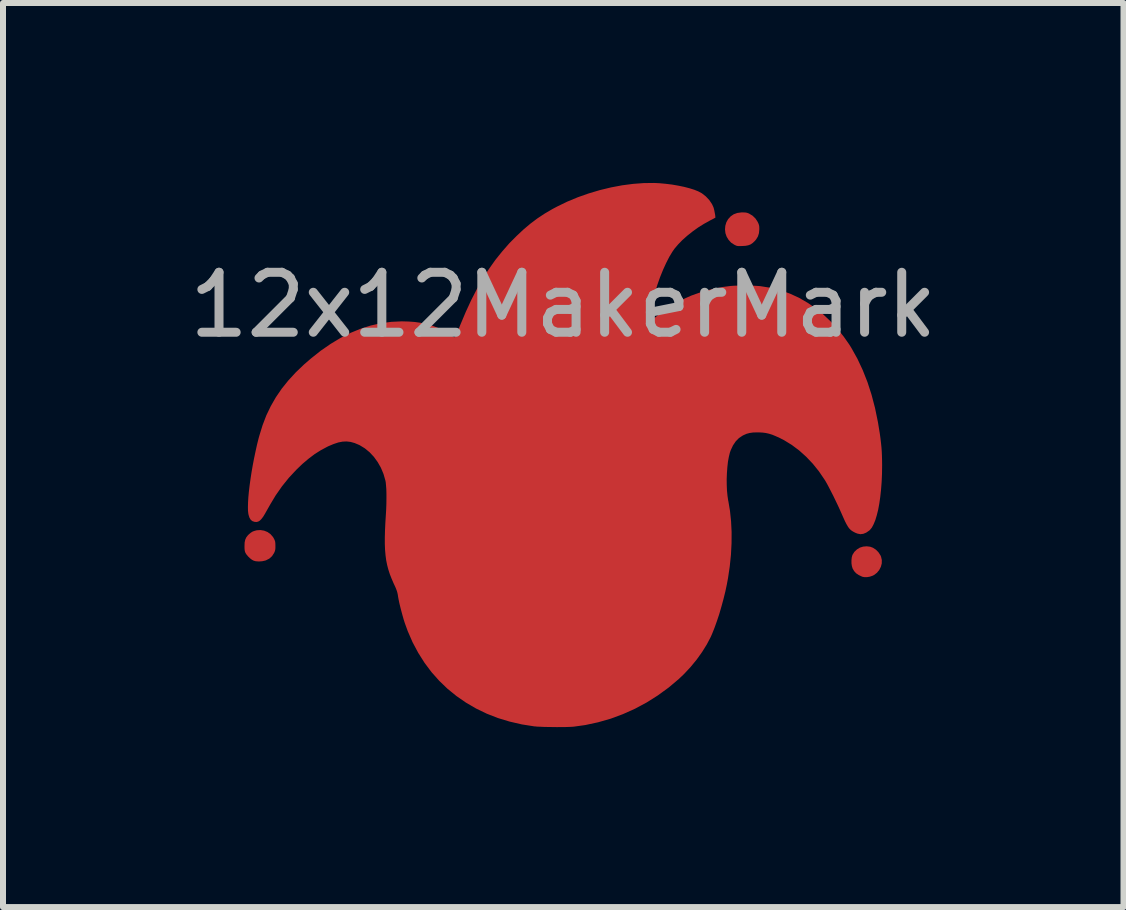
<source format=kicad_pcb>
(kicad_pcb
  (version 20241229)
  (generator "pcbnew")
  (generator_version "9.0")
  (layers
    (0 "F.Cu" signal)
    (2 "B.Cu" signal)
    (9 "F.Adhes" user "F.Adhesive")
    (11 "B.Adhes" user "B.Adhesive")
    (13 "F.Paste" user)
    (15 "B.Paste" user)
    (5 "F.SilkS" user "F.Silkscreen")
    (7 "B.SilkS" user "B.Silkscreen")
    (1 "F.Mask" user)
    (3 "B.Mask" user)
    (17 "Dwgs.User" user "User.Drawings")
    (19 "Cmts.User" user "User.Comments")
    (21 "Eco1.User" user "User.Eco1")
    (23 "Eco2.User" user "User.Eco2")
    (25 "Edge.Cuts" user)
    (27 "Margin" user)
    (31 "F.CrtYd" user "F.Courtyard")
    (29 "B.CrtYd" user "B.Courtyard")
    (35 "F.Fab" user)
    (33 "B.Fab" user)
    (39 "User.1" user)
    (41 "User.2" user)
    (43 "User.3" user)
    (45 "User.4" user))
  (footprint "12x12MakerMark"
    (layer "F.Cu")
    (at 6.339 4.534)
    (property "Reference" "12x12MakerMark" (at 0 -2.5 0) (unlocked yes) (layer "F.Fab") (effects (font (size 1 1) (thickness 0.15))))
    (attr through_hole)
    (fp_poly (pts (xy 5.117 1.53) (xy 5.163 1.547) (xy 5.212 1.579) (xy 5.254 1.621) (xy 5.287 1.671) (xy 5.298 1.695) (xy 5.311 1.751) (xy 5.31 1.809) (xy 5.295 1.865) (xy 5.268 1.918) (xy 5.23 1.964) (xy 5.182 2.001) (xy 5.156 2.014) (xy 5.112 2.029) (xy 5.065 2.037) (xy 5.021 2.037) (xy 4.985 2.03) (xy 4.928 2.003) (xy 4.883 1.973) (xy 4.85 1.937) (xy 4.824 1.893) (xy 4.824 1.893) (xy 4.812 1.853) (xy 4.805 1.806) (xy 4.805 1.755) (xy 4.81 1.707) (xy 4.821 1.667) (xy 4.823 1.664) (xy 4.853 1.616) (xy 4.896 1.575) (xy 4.945 1.545) (xy 5 1.528) (xy 5.059 1.523)) (stroke (width 0) (type solid)) (fill yes) (layer "F.Cu"))
    (fp_poly (pts (xy 3.033 -4.042) (xy 3.063 -4.037) (xy 3.093 -4.026) (xy 3.099 -4.023) (xy 3.157 -3.988) (xy 3.206 -3.94) (xy 3.243 -3.883) (xy 3.243 -3.882) (xy 3.256 -3.854) (xy 3.264 -3.83) (xy 3.268 -3.805) (xy 3.269 -3.772) (xy 3.269 -3.761) (xy 3.263 -3.698) (xy 3.246 -3.643) (xy 3.216 -3.593) (xy 3.192 -3.565) (xy 3.158 -3.533) (xy 3.124 -3.51) (xy 3.085 -3.495) (xy 3.038 -3.486) (xy 2.989 -3.483) (xy 2.95 -3.482) (xy 2.922 -3.482) (xy 2.902 -3.484) (xy 2.884 -3.489) (xy 2.865 -3.498) (xy 2.851 -3.505) (xy 2.798 -3.54) (xy 2.756 -3.586) (xy 2.724 -3.639) (xy 2.704 -3.697) (xy 2.697 -3.759) (xy 2.702 -3.82) (xy 2.72 -3.88) (xy 2.749 -3.931) (xy 2.792 -3.978) (xy 2.842 -4.012) (xy 2.902 -4.034) (xy 2.971 -4.043) (xy 2.994 -4.043)) (stroke (width 0) (type solid)) (fill yes) (layer "F.Cu"))
    (fp_poly (pts (xy -4.986 1.262) (xy -4.929 1.285) (xy -4.879 1.321) (xy -4.838 1.368) (xy -4.82 1.399) (xy -4.809 1.424) (xy -4.802 1.447) (xy -4.799 1.473) (xy -4.798 1.508) (xy -4.798 1.516) (xy -4.798 1.554) (xy -4.801 1.581) (xy -4.807 1.604) (xy -4.817 1.628) (xy -4.82 1.634) (xy -4.854 1.687) (xy -4.899 1.728) (xy -4.954 1.756) (xy -4.968 1.761) (xy -5.019 1.772) (xy -5.074 1.776) (xy -5.125 1.772) (xy -5.159 1.763) (xy -5.188 1.748) (xy -5.221 1.723) (xy -5.253 1.692) (xy -5.28 1.66) (xy -5.298 1.631) (xy -5.306 1.609) (xy -5.311 1.583) (xy -5.313 1.549) (xy -5.313 1.516) (xy -5.311 1.459) (xy -5.301 1.413) (xy -5.284 1.375) (xy -5.258 1.341) (xy -5.24 1.323) (xy -5.206 1.295) (xy -5.175 1.276) (xy -5.14 1.264) (xy -5.109 1.256) (xy -5.047 1.252)) (stroke (width 0) (type solid)) (fill yes) (layer "F.Cu"))
    (fp_poly (pts (xy 1.601 -4.53) (xy 1.709 -4.52) (xy 1.815 -4.507) (xy 1.918 -4.489) (xy 2.015 -4.469) (xy 2.104 -4.446) (xy 2.184 -4.421) (xy 2.251 -4.394) (xy 2.305 -4.365) (xy 2.311 -4.362) (xy 2.376 -4.311) (xy 2.434 -4.25) (xy 2.48 -4.182) (xy 2.504 -4.13) (xy 2.511 -4.107) (xy 2.519 -4.074) (xy 2.526 -4.036) (xy 2.533 -3.999) (xy 2.536 -3.968) (xy 2.537 -3.956) (xy 2.53 -3.952) (xy 2.512 -3.942) (xy 2.484 -3.927) (xy 2.45 -3.91) (xy 2.441 -3.905) (xy 2.344 -3.851) (xy 2.248 -3.791) (xy 2.155 -3.724) (xy 2.067 -3.654) (xy 1.986 -3.582) (xy 1.915 -3.509) (xy 1.855 -3.438) (xy 1.822 -3.391) (xy 1.768 -3.302) (xy 1.716 -3.2) (xy 1.664 -3.086) (xy 1.615 -2.965) (xy 1.57 -2.838) (xy 1.529 -2.708) (xy 1.497 -2.588) (xy 1.485 -2.536) (xy 1.473 -2.479) (xy 1.462 -2.421) (xy 1.453 -2.367) (xy 1.446 -2.318) (xy 1.441 -2.279) (xy 1.44 -2.258) (xy 1.441 -2.237) (xy 1.444 -2.229) (xy 1.452 -2.231) (xy 1.458 -2.234) (xy 1.472 -2.243) (xy 1.494 -2.26) (xy 1.521 -2.282) (xy 1.536 -2.295) (xy 1.671 -2.402) (xy 1.817 -2.499) (xy 1.972 -2.584) (xy 2.136 -2.657) (xy 2.308 -2.718) (xy 2.485 -2.766) (xy 2.666 -2.801) (xy 2.792 -2.817) (xy 2.848 -2.821) (xy 2.916 -2.823) (xy 2.99 -2.825) (xy 3.068 -2.824) (xy 3.143 -2.823) (xy 3.213 -2.819) (xy 3.273 -2.815) (xy 3.29 -2.813) (xy 3.46 -2.786) (xy 3.623 -2.745) (xy 3.78 -2.689) (xy 3.932 -2.619) (xy 4.079 -2.534) (xy 4.208 -2.445) (xy 4.332 -2.345) (xy 4.453 -2.231) (xy 4.568 -2.107) (xy 4.674 -1.975) (xy 4.769 -1.84) (xy 4.803 -1.785) (xy 4.904 -1.604) (xy 4.993 -1.414) (xy 5.072 -1.214) (xy 5.14 -1.003) (xy 5.198 -0.782) (xy 5.246 -0.548) (xy 5.277 -0.36) (xy 5.289 -0.272) (xy 5.298 -0.195) (xy 5.305 -0.126) (xy 5.31 -0.059) (xy 5.313 0.009) (xy 5.315 0.083) (xy 5.316 0.166) (xy 5.316 0.18) (xy 5.314 0.319) (xy 5.308 0.452) (xy 5.298 0.58) (xy 5.285 0.7) (xy 5.269 0.811) (xy 5.25 0.914) (xy 5.227 1.006) (xy 5.203 1.086) (xy 5.175 1.154) (xy 5.146 1.209) (xy 5.114 1.249) (xy 5.102 1.26) (xy 5.051 1.295) (xy 5.002 1.315) (xy 4.954 1.321) (xy 4.904 1.311) (xy 4.869 1.297) (xy 4.838 1.281) (xy 4.81 1.264) (xy 4.787 1.245) (xy 4.764 1.221) (xy 4.743 1.19) (xy 4.721 1.152) (xy 4.696 1.103) (xy 4.669 1.043) (xy 4.642 0.982) (xy 4.611 0.912) (xy 4.576 0.836) (xy 4.539 0.759) (xy 4.502 0.682) (xy 4.464 0.608) (xy 4.429 0.54) (xy 4.397 0.48) (xy 4.369 0.431) (xy 4.356 0.411) (xy 4.263 0.274) (xy 4.161 0.147) (xy 4.05 0.03) (xy 3.933 -0.075) (xy 3.81 -0.167) (xy 3.683 -0.245) (xy 3.615 -0.28) (xy 3.545 -0.312) (xy 3.485 -0.337) (xy 3.43 -0.354) (xy 3.377 -0.366) (xy 3.321 -0.373) (xy 3.259 -0.376) (xy 3.229 -0.376) (xy 3.163 -0.374) (xy 3.108 -0.366) (xy 3.058 -0.353) (xy 3.008 -0.331) (xy 2.992 -0.323) (xy 2.93 -0.282) (xy 2.876 -0.227) (xy 2.83 -0.159) (xy 2.793 -0.08) (xy 2.778 -0.038) (xy 2.761 0.032) (xy 2.746 0.113) (xy 2.736 0.205) (xy 2.729 0.302) (xy 2.725 0.402) (xy 2.726 0.501) (xy 2.73 0.597) (xy 2.739 0.686) (xy 2.751 0.765) (xy 2.753 0.772) (xy 2.78 0.933) (xy 2.798 1.105) (xy 2.807 1.285) (xy 2.806 1.473) (xy 2.796 1.665) (xy 2.776 1.859) (xy 2.747 2.054) (xy 2.728 2.157) (xy 2.702 2.279) (xy 2.671 2.404) (xy 2.637 2.529) (xy 2.601 2.653) (xy 2.562 2.77) (xy 2.523 2.879) (xy 2.484 2.977) (xy 2.46 3.032) (xy 2.394 3.158) (xy 2.315 3.285) (xy 2.225 3.411) (xy 2.124 3.534) (xy 2.016 3.65) (xy 1.928 3.734) (xy 1.757 3.878) (xy 1.577 4.009) (xy 1.39 4.127) (xy 1.196 4.231) (xy 0.995 4.321) (xy 0.79 4.397) (xy 0.58 4.457) (xy 0.366 4.503) (xy 0.18 4.529) (xy 0.144 4.532) (xy 0.095 4.534) (xy 0.036 4.536) (xy -0.031 4.536) (xy -0.102 4.537) (xy -0.176 4.536) (xy -0.248 4.535) (xy -0.317 4.534) (xy -0.379 4.531) (xy -0.432 4.529) (xy -0.472 4.525) (xy -0.48 4.525) (xy -0.69 4.492) (xy -0.893 4.445) (xy -1.088 4.386) (xy -1.275 4.313) (xy -1.453 4.227) (xy -1.621 4.129) (xy -1.78 4.019) (xy -1.929 3.898) (xy -2.068 3.764) (xy -2.196 3.62) (xy -2.312 3.465) (xy -2.417 3.299) (xy -2.511 3.123) (xy -2.592 2.937) (xy -2.641 2.802) (xy -2.66 2.742) (xy -2.679 2.675) (xy -2.698 2.605) (xy -2.716 2.535) (xy -2.732 2.469) (xy -2.744 2.411) (xy -2.753 2.363) (xy -2.753 2.361) (xy -2.758 2.328) (xy -2.764 2.3) (xy -2.771 2.274) (xy -2.781 2.246) (xy -2.794 2.213) (xy -2.813 2.171) (xy -2.829 2.137) (xy -2.862 2.06) (xy -2.891 1.986) (xy -2.915 1.912) (xy -2.935 1.836) (xy -2.951 1.757) (xy -2.962 1.673) (xy -2.97 1.583) (xy -2.974 1.486) (xy -2.974 1.379) (xy -2.971 1.26) (xy -2.965 1.13) (xy -2.956 0.988) (xy -2.951 0.901) (xy -2.948 0.813) (xy -2.947 0.727) (xy -2.947 0.646) (xy -2.949 0.572) (xy -2.954 0.507) (xy -2.959 0.454) (xy -2.965 0.424) (xy -2.996 0.317) (xy -3.039 0.214) (xy -3.093 0.119) (xy -3.156 0.032) (xy -3.228 -0.045) (xy -3.307 -0.11) (xy -3.392 -0.162) (xy -3.405 -0.168) (xy -3.476 -0.198) (xy -3.544 -0.217) (xy -3.61 -0.225) (xy -3.678 -0.222) (xy -3.75 -0.208) (xy -3.828 -0.182) (xy -3.914 -0.146) (xy -3.934 -0.136) (xy -4.039 -0.08) (xy -4.142 -0.015) (xy -4.243 0.061) (xy -4.347 0.149) (xy -4.446 0.244) (xy -4.573 0.38) (xy -4.688 0.523) (xy -4.794 0.675) (xy -4.881 0.82) (xy -4.905 0.862) (xy -4.93 0.906) (xy -4.953 0.947) (xy -4.967 0.972) (xy -5 1.027) (xy -5.03 1.067) (xy -5.058 1.095) (xy -5.085 1.111) (xy -5.115 1.118) (xy -5.147 1.115) (xy -5.182 1.103) (xy -5.209 1.081) (xy -5.23 1.047) (xy -5.245 1) (xy -5.249 0.981) (xy -5.255 0.931) (xy -5.256 0.868) (xy -5.254 0.792) (xy -5.249 0.706) (xy -5.24 0.611) (xy -5.228 0.509) (xy -5.213 0.401) (xy -5.196 0.289) (xy -5.176 0.174) (xy -5.154 0.059) (xy -5.13 -0.056) (xy -5.105 -0.169) (xy -5.078 -0.277) (xy -5.064 -0.327) (xy -5.011 -0.498) (xy -4.949 -0.66) (xy -4.875 -0.814) (xy -4.79 -0.962) (xy -4.693 -1.104) (xy -4.583 -1.241) (xy -4.459 -1.376) (xy -4.321 -1.508) (xy -4.209 -1.605) (xy -4.043 -1.737) (xy -3.876 -1.852) (xy -3.71 -1.952) (xy -3.543 -2.036) (xy -3.375 -2.105) (xy -3.207 -2.158) (xy -3.037 -2.196) (xy -2.865 -2.219) (xy -2.692 -2.227) (xy -2.689 -2.227) (xy -2.578 -2.224) (xy -2.478 -2.217) (xy -2.384 -2.204) (xy -2.289 -2.184) (xy -2.262 -2.177) (xy -2.159 -2.146) (xy -2.06 -2.107) (xy -1.97 -2.062) (xy -1.891 -2.013) (xy -1.862 -1.991) (xy -1.84 -1.975) (xy -1.823 -1.964) (xy -1.816 -1.961) (xy -1.808 -1.968) (xy -1.794 -1.99) (xy -1.777 -2.026) (xy -1.755 -2.075) (xy -1.728 -2.137) (xy -1.712 -2.177) (xy -1.623 -2.388) (xy -1.532 -2.585) (xy -1.438 -2.768) (xy -1.341 -2.939) (xy -1.239 -3.099) (xy -1.132 -3.25) (xy -1.018 -3.392) (xy -0.899 -3.528) (xy -0.783 -3.645) (xy -0.665 -3.756) (xy -0.549 -3.854) (xy -0.432 -3.942) (xy -0.31 -4.023) (xy -0.18 -4.099) (xy -0.101 -4.141) (xy 0.068 -4.223) (xy 0.244 -4.296) (xy 0.426 -4.36) (xy 0.611 -4.415) (xy 0.797 -4.46) (xy 0.983 -4.495) (xy 1.166 -4.519) (xy 1.343 -4.532) (xy 1.514 -4.534)) (stroke (width 0) (type solid)) (fill yes) (layer "F.Cu"))
    (fp_poly (pts (xy 5.117 1.53) (xy 5.163 1.547) (xy 5.212 1.579) (xy 5.254 1.621) (xy 5.287 1.671) (xy 5.298 1.695) (xy 5.311 1.751) (xy 5.31 1.809) (xy 5.295 1.865) (xy 5.268 1.918) (xy 5.23 1.964) (xy 5.182 2.001) (xy 5.156 2.014) (xy 5.112 2.029) (xy 5.065 2.037) (xy 5.021 2.037) (xy 4.985 2.03) (xy 4.928 2.003) (xy 4.883 1.973) (xy 4.85 1.937) (xy 4.824 1.893) (xy 4.824 1.893) (xy 4.812 1.853) (xy 4.805 1.806) (xy 4.805 1.755) (xy 4.81 1.707) (xy 4.821 1.667) (xy 4.823 1.664) (xy 4.853 1.616) (xy 4.896 1.575) (xy 4.945 1.545) (xy 5 1.528) (xy 5.059 1.523)) (stroke (width 0) (type solid)) (fill yes) (layer "F.Mask"))
    (fp_poly (pts (xy 1.129 1.538) (xy 1.166 1.547) (xy 1.213 1.571) (xy 1.255 1.609) (xy 1.29 1.657) (xy 1.316 1.713) (xy 1.323 1.737) (xy 1.33 1.792) (xy 1.322 1.849) (xy 1.302 1.903) (xy 1.271 1.951) (xy 1.23 1.992) (xy 1.186 2.019) (xy 1.156 2.028) (xy 1.117 2.034) (xy 1.072 2.038) (xy 1.028 2.039) (xy 0.991 2.036) (xy 0.971 2.032) (xy 0.941 2.017) (xy 0.909 1.991) (xy 0.877 1.958) (xy 0.851 1.922) (xy 0.836 1.895) (xy 0.823 1.864) (xy 0.816 1.836) (xy 0.813 1.803) (xy 0.813 1.781) (xy 0.813 1.744) (xy 0.817 1.717) (xy 0.825 1.692) (xy 0.835 1.671) (xy 0.866 1.623) (xy 0.907 1.583) (xy 0.955 1.554) (xy 0.971 1.547) (xy 1.02 1.536) (xy 1.075 1.533)) (stroke (width 0) (type solid)) (fill yes) (layer "F.Mask"))
    (fp_poly (pts (xy 3.033 -4.042) (xy 3.063 -4.037) (xy 3.093 -4.026) (xy 3.099 -4.023) (xy 3.157 -3.988) (xy 3.206 -3.94) (xy 3.243 -3.883) (xy 3.243 -3.882) (xy 3.256 -3.854) (xy 3.264 -3.83) (xy 3.268 -3.805) (xy 3.269 -3.772) (xy 3.269 -3.761) (xy 3.263 -3.698) (xy 3.246 -3.643) (xy 3.216 -3.593) (xy 3.192 -3.565) (xy 3.158 -3.533) (xy 3.124 -3.51) (xy 3.085 -3.495) (xy 3.038 -3.486) (xy 2.989 -3.483) (xy 2.95 -3.482) (xy 2.922 -3.482) (xy 2.902 -3.484) (xy 2.884 -3.489) (xy 2.865 -3.498) (xy 2.851 -3.505) (xy 2.798 -3.54) (xy 2.756 -3.586) (xy 2.724 -3.639) (xy 2.704 -3.697) (xy 2.697 -3.759) (xy 2.702 -3.82) (xy 2.72 -3.88) (xy 2.749 -3.931) (xy 2.792 -3.978) (xy 2.842 -4.012) (xy 2.902 -4.034) (xy 2.971 -4.043) (xy 2.994 -4.043)) (stroke (width 0) (type solid)) (fill yes) (layer "F.Mask"))
    (fp_poly (pts (xy -4.986 1.262) (xy -4.929 1.285) (xy -4.879 1.321) (xy -4.838 1.368) (xy -4.82 1.399) (xy -4.809 1.424) (xy -4.802 1.447) (xy -4.799 1.473) (xy -4.798 1.508) (xy -4.798 1.516) (xy -4.798 1.554) (xy -4.801 1.581) (xy -4.807 1.604) (xy -4.817 1.628) (xy -4.82 1.634) (xy -4.854 1.687) (xy -4.899 1.728) (xy -4.954 1.756) (xy -4.968 1.761) (xy -5.019 1.772) (xy -5.074 1.776) (xy -5.125 1.772) (xy -5.159 1.763) (xy -5.188 1.748) (xy -5.221 1.723) (xy -5.253 1.692) (xy -5.28 1.66) (xy -5.298 1.631) (xy -5.306 1.609) (xy -5.311 1.583) (xy -5.313 1.549) (xy -5.313 1.516) (xy -5.311 1.459) (xy -5.301 1.413) (xy -5.284 1.375) (xy -5.258 1.341) (xy -5.24 1.323) (xy -5.206 1.295) (xy -5.175 1.276) (xy -5.14 1.264) (xy -5.109 1.256) (xy -5.047 1.252)) (stroke (width 0) (type solid)) (fill yes) (layer "F.Mask"))
    (fp_poly (pts (xy -0.862 1.799) (xy -0.819 1.806) (xy -0.784 1.819) (xy -0.752 1.839) (xy -0.72 1.869) (xy -0.713 1.877) (xy -0.676 1.926) (xy -0.653 1.976) (xy -0.642 2.032) (xy -0.642 2.077) (xy -0.649 2.136) (xy -0.667 2.186) (xy -0.697 2.231) (xy -0.722 2.258) (xy -0.769 2.294) (xy -0.826 2.319) (xy -0.887 2.332) (xy -0.951 2.332) (xy -0.969 2.329) (xy -0.998 2.322) (xy -1.026 2.312) (xy -1.032 2.309) (xy -1.065 2.287) (xy -1.101 2.255) (xy -1.133 2.22) (xy -1.157 2.185) (xy -1.159 2.181) (xy -1.169 2.16) (xy -1.175 2.141) (xy -1.179 2.118) (xy -1.18 2.087) (xy -1.18 2.061) (xy -1.178 2.01) (xy -1.171 1.969) (xy -1.157 1.934) (xy -1.133 1.901) (xy -1.106 1.87) (xy -1.075 1.84) (xy -1.047 1.819) (xy -1.018 1.806) (xy -0.983 1.799) (xy -0.939 1.797) (xy -0.916 1.797)) (stroke (width 0) (type solid)) (fill yes) (layer "F.Mask"))
    (fp_poly (pts (xy 1.578 -4.527) (xy 1.647 -4.523) (xy 1.663 -4.522) (xy 1.758 -4.512) (xy 1.853 -4.497) (xy 1.946 -4.48) (xy 2.034 -4.46) (xy 2.116 -4.437) (xy 2.189 -4.413) (xy 2.251 -4.388) (xy 2.299 -4.363) (xy 2.306 -4.359) (xy 2.372 -4.307) (xy 2.429 -4.247) (xy 2.474 -4.181) (xy 2.506 -4.111) (xy 2.525 -4.039) (xy 2.529 -3.986) (xy 2.528 -3.974) (xy 2.525 -3.964) (xy 2.517 -3.955) (xy 2.502 -3.945) (xy 2.478 -3.931) (xy 2.443 -3.913) (xy 2.348 -3.861) (xy 2.253 -3.801) (xy 2.161 -3.735) (xy 2.073 -3.666) (xy 1.993 -3.595) (xy 1.921 -3.524) (xy 1.86 -3.454) (xy 1.82 -3.4) (xy 1.779 -3.333) (xy 1.736 -3.253) (xy 1.693 -3.163) (xy 1.651 -3.066) (xy 1.61 -2.966) (xy 1.573 -2.864) (xy 1.545 -2.777) (xy 1.523 -2.703) (xy 1.503 -2.628) (xy 1.485 -2.556) (xy 1.47 -2.486) (xy 1.457 -2.422) (xy 1.447 -2.364) (xy 1.441 -2.314) (xy 1.438 -2.274) (xy 1.439 -2.245) (xy 1.445 -2.229) (xy 1.448 -2.227) (xy 1.458 -2.231) (xy 1.478 -2.244) (xy 1.505 -2.264) (xy 1.537 -2.289) (xy 1.556 -2.305) (xy 1.701 -2.415) (xy 1.855 -2.514) (xy 2.017 -2.599) (xy 2.186 -2.671) (xy 2.362 -2.73) (xy 2.543 -2.775) (xy 2.727 -2.805) (xy 2.915 -2.821) (xy 3.104 -2.822) (xy 3.105 -2.822) (xy 3.285 -2.809) (xy 3.458 -2.781) (xy 3.624 -2.74) (xy 3.782 -2.684) (xy 3.935 -2.613) (xy 4.081 -2.528) (xy 4.223 -2.428) (xy 4.359 -2.313) (xy 4.426 -2.249) (xy 4.535 -2.135) (xy 4.633 -2.02) (xy 4.722 -1.902) (xy 4.803 -1.777) (xy 4.878 -1.644) (xy 4.95 -1.5) (xy 4.994 -1.399) (xy 5.056 -1.242) (xy 5.113 -1.073) (xy 5.164 -0.894) (xy 5.209 -0.709) (xy 5.247 -0.52) (xy 5.278 -0.33) (xy 5.3 -0.143) (xy 5.305 -0.08) (xy 5.312 0.04) (xy 5.315 0.166) (xy 5.313 0.294) (xy 5.307 0.423) (xy 5.297 0.55) (xy 5.283 0.674) (xy 5.266 0.791) (xy 5.246 0.901) (xy 5.223 1) (xy 5.197 1.088) (xy 5.177 1.142) (xy 5.145 1.202) (xy 5.107 1.25) (xy 5.063 1.285) (xy 5.014 1.307) (xy 4.963 1.315) (xy 4.911 1.309) (xy 4.872 1.294) (xy 4.838 1.276) (xy 4.808 1.255) (xy 4.781 1.229) (xy 4.756 1.198) (xy 4.731 1.158) (xy 4.705 1.109) (xy 4.676 1.049) (xy 4.644 0.975) (xy 4.642 0.969) (xy 4.598 0.868) (xy 4.549 0.764) (xy 4.499 0.661) (xy 4.447 0.562) (xy 4.397 0.471) (xy 4.349 0.391) (xy 4.334 0.368) (xy 4.254 0.253) (xy 4.165 0.144) (xy 4.07 0.043) (xy 3.969 -0.051) (xy 3.864 -0.136) (xy 3.756 -0.21) (xy 3.648 -0.272) (xy 3.54 -0.322) (xy 3.435 -0.357) (xy 3.404 -0.365) (xy 3.35 -0.374) (xy 3.29 -0.379) (xy 3.226 -0.381) (xy 3.165 -0.378) (xy 3.11 -0.372) (xy 3.069 -0.362) (xy 2.993 -0.331) (xy 2.927 -0.286) (xy 2.871 -0.229) (xy 2.824 -0.16) (xy 2.787 -0.077) (xy 2.765 -0.006) (xy 2.754 0.043) (xy 2.744 0.09) (xy 2.737 0.138) (xy 2.732 0.19) (xy 2.728 0.247) (xy 2.726 0.314) (xy 2.725 0.392) (xy 2.725 0.44) (xy 2.725 0.506) (xy 2.725 0.558) (xy 2.726 0.6) (xy 2.727 0.635) (xy 2.73 0.665) (xy 2.733 0.694) (xy 2.738 0.723) (xy 2.744 0.757) (xy 2.751 0.792) (xy 2.763 0.853) (xy 2.772 0.904) (xy 2.78 0.95) (xy 2.785 0.993) (xy 2.79 1.036) (xy 2.793 1.082) (xy 2.795 1.135) (xy 2.797 1.198) (xy 2.798 1.273) (xy 2.798 1.278) (xy 2.799 1.45) (xy 2.794 1.612) (xy 2.783 1.767) (xy 2.765 1.919) (xy 2.74 2.074) (xy 2.707 2.234) (xy 2.68 2.35) (xy 2.632 2.536) (xy 2.579 2.707) (xy 2.522 2.865) (xy 2.459 3.011) (xy 2.391 3.148) (xy 2.315 3.275) (xy 2.232 3.396) (xy 2.141 3.51) (xy 2.04 3.619) (xy 1.93 3.725) (xy 1.917 3.737) (xy 1.752 3.875) (xy 1.579 4.001) (xy 1.399 4.115) (xy 1.212 4.217) (xy 1.02 4.305) (xy 0.824 4.381) (xy 0.626 4.442) (xy 0.426 4.488) (xy 0.226 4.519) (xy 0.128 4.529) (xy 0.086 4.531) (xy 0.031 4.533) (xy -0.033 4.535) (xy -0.101 4.536) (xy -0.17 4.536) (xy -0.237 4.535) (xy -0.298 4.534) (xy -0.349 4.533) (xy -0.36 4.532) (xy -0.463 4.523) (xy -0.575 4.507) (xy -0.694 4.486) (xy -0.815 4.459) (xy -0.935 4.428) (xy -1.048 4.394) (xy -1.128 4.367) (xy -1.315 4.29) (xy -1.492 4.201) (xy -1.66 4.099) (xy -1.817 3.985) (xy -1.965 3.858) (xy -2.101 3.721) (xy -2.227 3.572) (xy -2.341 3.412) (xy -2.443 3.242) (xy -2.534 3.062) (xy -2.584 2.943) (xy -2.617 2.854) (xy -2.65 2.758) (xy -2.679 2.659) (xy -2.706 2.561) (xy -2.728 2.469) (xy -2.744 2.385) (xy -2.748 2.362) (xy -2.754 2.326) (xy -2.761 2.294) (xy -2.77 2.263) (xy -2.783 2.229) (xy -2.8 2.189) (xy -2.806 2.174) (xy -2.523 2.174) (xy -2.505 2.277) (xy -2.474 2.438) (xy -2.436 2.588) (xy -2.39 2.73) (xy -2.336 2.87) (xy -2.271 3.012) (xy -2.255 3.043) (xy -2.207 3.133) (xy -2.15 3.227) (xy -2.09 3.32) (xy -2.027 3.408) (xy -1.967 3.485) (xy -1.965 3.486) (xy -1.86 3.601) (xy -1.742 3.71) (xy -1.615 3.813) (xy -1.48 3.905) (xy -1.342 3.986) (xy -1.309 4.003) (xy -1.176 4.064) (xy -1.035 4.12) (xy -0.89 4.168) (xy -0.743 4.208) (xy -0.599 4.238) (xy -0.46 4.259) (xy -0.388 4.265) (xy -0.341 4.267) (xy -0.282 4.268) (xy -0.213 4.269) (xy -0.138 4.268) (xy -0.06 4.267) (xy 0.018 4.264) (xy 0.092 4.262) (xy 0.159 4.258) (xy 0.178 4.257) (xy 0.297 4.244) (xy 0.424 4.22) (xy 0.558 4.187) (xy 0.697 4.145) (xy 0.836 4.095) (xy 0.975 4.038) (xy 1.11 3.974) (xy 1.12 3.969) (xy 1.276 3.883) (xy 1.426 3.788) (xy 1.569 3.685) (xy 1.703 3.575) (xy 1.827 3.459) (xy 1.939 3.34) (xy 2.038 3.217) (xy 2.095 3.135) (xy 2.158 3.029) (xy 2.217 2.91) (xy 2.273 2.778) (xy 2.326 2.636) (xy 2.374 2.484) (xy 2.417 2.326) (xy 2.454 2.162) (xy 2.486 1.995) (xy 2.511 1.825) (xy 2.529 1.656) (xy 2.529 1.653) (xy 2.533 1.594) (xy 2.536 1.526) (xy 2.537 1.451) (xy 2.538 1.373) (xy 2.538 1.294) (xy 2.536 1.217) (xy 2.534 1.147) (xy 2.531 1.086) (xy 2.526 1.037) (xy 2.526 1.032) (xy 2.521 0.999) (xy 2.515 0.957) (xy 2.508 0.908) (xy 2.5 0.856) (xy 2.492 0.803) (xy 2.484 0.75) (xy 2.476 0.7) (xy 2.469 0.656) (xy 2.463 0.62) (xy 2.458 0.594) (xy 2.455 0.581) (xy 2.455 0.58) (xy 2.445 0.576) (xy 2.422 0.571) (xy 2.389 0.565) (xy 2.349 0.558) (xy 2.305 0.551) (xy 2.26 0.545) (xy 2.217 0.54) (xy 2.217 0.54) (xy 2.158 0.534) (xy 2.086 0.53) (xy 2.004 0.526) (xy 1.917 0.524) (xy 1.826 0.522) (xy 1.736 0.522) (xy 1.649 0.522) (xy 1.569 0.525) (xy 1.508 0.527) (xy 1.182 0.554) (xy 0.86 0.597) (xy 0.542 0.654) (xy 0.229 0.727) (xy -0.079 0.815) (xy -0.381 0.917) (xy -0.524 0.972) (xy -0.643 1.02) (xy -0.754 1.066) (xy -0.858 1.111) (xy -0.959 1.156) (xy -1.057 1.203) (xy -1.156 1.253) (xy -1.258 1.306) (xy -1.365 1.365) (xy -1.478 1.429) (xy -1.601 1.5) (xy -1.707 1.562) (xy -1.819 1.631) (xy -1.936 1.708) (xy -2.052 1.789) (xy -2.167 1.873) (xy -2.276 1.958) (xy -2.376 2.041) (xy -2.464 2.119) (xy -2.523 2.174) (xy -2.806 2.174) (xy -2.823 2.139) (xy -2.828 2.128) (xy -2.885 1.99) (xy -2.927 1.849) (xy -2.954 1.702) (xy -2.961 1.649) (xy -2.964 1.6) (xy -2.967 1.538) (xy -2.968 1.466) (xy -2.968 1.388) (xy -2.967 1.319) (xy -2.702 1.319) (xy -2.702 1.416) (xy -2.698 1.514) (xy -2.691 1.61) (xy -2.681 1.701) (xy -2.667 1.785) (xy -2.652 1.859) (xy -2.637 1.911) (xy -2.632 1.916) (xy -2.623 1.915) (xy -2.608 1.906) (xy -2.585 1.888) (xy -2.553 1.86) (xy -2.549 1.856) (xy -2.479 1.795) (xy -2.417 1.742) (xy -2.358 1.695) (xy -2.3 1.65) (xy -2.25 1.613) (xy -2.123 1.523) (xy -1.982 1.43) (xy -1.832 1.336) (xy -1.674 1.242) (xy -1.511 1.149) (xy -1.346 1.06) (xy -1.181 0.975) (xy -1.019 0.896) (xy -0.863 0.824) (xy -0.792 0.793) (xy -0.485 0.671) (xy -0.174 0.565) (xy 0.142 0.473) (xy 0.461 0.397) (xy 0.785 0.337) (xy 1.111 0.292) (xy 1.437 0.264) (xy 1.546 0.258) (xy 1.665 0.256) (xy 1.791 0.256) (xy 1.921 0.258) (xy 2.05 0.263) (xy 2.174 0.27) (xy 2.291 0.279) (xy 2.397 0.29) (xy 2.417 0.293) (xy 2.454 0.298) (xy 2.459 0.202) (xy 2.47 0.092) (xy 2.492 -0.025) (xy 2.524 -0.146) (xy 2.565 -0.268) (xy 2.573 -0.289) (xy 2.574 -0.295) (xy 2.57 -0.302) (xy 2.56 -0.308) (xy 2.542 -0.317) (xy 2.512 -0.328) (xy 2.469 -0.342) (xy 2.464 -0.344) (xy 2.411 -0.364) (xy 2.353 -0.388) (xy 2.294 -0.416) (xy 2.239 -0.444) (xy 2.191 -0.471) (xy 2.153 -0.495) (xy 2.149 -0.499) (xy 2.083 -0.554) (xy 2.014 -0.619) (xy 1.946 -0.691) (xy 1.883 -0.766) (xy 1.828 -0.84) (xy 1.795 -0.89) (xy 1.775 -0.923) (xy 1.757 -0.95) (xy 1.744 -0.969) (xy 1.736 -0.976) (xy 1.736 -0.976) (xy 1.726 -0.974) (xy 1.704 -0.966) (xy 1.671 -0.953) (xy 1.629 -0.938) (xy 1.58 -0.919) (xy 1.526 -0.898) (xy 1.518 -0.895) (xy 1.396 -0.849) (xy 1.286 -0.809) (xy 1.188 -0.776) (xy 1.098 -0.748) (xy 1.016 -0.726) (xy 0.939 -0.708) (xy 0.865 -0.696) (xy 0.794 -0.687) (xy 0.723 -0.682) (xy 0.65 -0.68) (xy 0.632 -0.68) (xy 0.483 -0.687) (xy 0.334 -0.709) (xy 0.184 -0.747) (xy 0.032 -0.799) (xy -0.059 -0.837) (xy -0.095 -0.853) (xy -0.128 -0.868) (xy -0.153 -0.879) (xy -0.165 -0.885) (xy -0.19 -0.896) (xy -0.269 -0.79) (xy -0.364 -0.671) (xy -0.468 -0.561) (xy -0.579 -0.461) (xy -0.695 -0.372) (xy -0.814 -0.295) (xy -0.935 -0.232) (xy -1.057 -0.182) (xy -1.092 -0.171) (xy -1.122 -0.162) (xy -1.148 -0.156) (xy -1.175 -0.152) (xy -1.205 -0.15) (xy -1.245 -0.149) (xy -1.288 -0.149) (xy -1.34 -0.149) (xy -1.38 -0.15) (xy -1.411 -0.152) (xy -1.439 -0.157) (xy -1.468 -0.163) (xy -1.48 -0.167) (xy -1.538 -0.184) (xy -1.598 -0.204) (xy -1.662 -0.229) (xy -1.733 -0.26) (xy -1.814 -0.296) (xy -1.859 -0.318) (xy -1.906 -0.34) (xy -1.949 -0.359) (xy -1.985 -0.374) (xy -2.012 -0.385) (xy -2.028 -0.39) (xy -2.03 -0.391) (xy -2.035 -0.388) (xy -2.04 -0.383) (xy -2.046 -0.372) (xy -2.053 -0.355) (xy -2.063 -0.33) (xy -2.076 -0.297) (xy -2.092 -0.253) (xy -2.112 -0.198) (xy -2.136 -0.13) (xy -2.156 -0.072) (xy -2.206 0.066) (xy -2.258 0.202) (xy -2.311 0.333) (xy -2.364 0.458) (xy -2.417 0.576) (xy -2.468 0.685) (xy -2.518 0.782) (xy -2.566 0.868) (xy -2.61 0.94) (xy -2.614 0.946) (xy -2.636 0.981) (xy -2.656 1.013) (xy -2.672 1.04) (xy -2.68 1.057) (xy -2.68 1.057) (xy -2.684 1.074) (xy -2.688 1.103) (xy -2.692 1.142) (xy -2.696 1.187) (xy -2.698 1.226) (xy -2.702 1.319) (xy -2.967 1.319) (xy -2.967 1.305) (xy -2.965 1.222) (xy -2.962 1.142) (xy -2.957 1.067) (xy -2.957 1.062) (xy -2.949 0.94) (xy -2.943 0.832) (xy -2.94 0.736) (xy -2.94 0.652) (xy -2.942 0.576) (xy -2.948 0.508) (xy -2.957 0.447) (xy -2.969 0.389) (xy -2.985 0.334) (xy -3.005 0.28) (xy -3.029 0.226) (xy -3.051 0.18) (xy -3.104 0.091) (xy -3.168 0.008) (xy -3.24 -0.065) (xy -3.319 -0.126) (xy -3.385 -0.164) (xy -3.456 -0.196) (xy -3.523 -0.216) (xy -3.592 -0.225) (xy -3.641 -0.227) (xy -3.682 -0.226) (xy -3.714 -0.224) (xy -3.742 -0.218) (xy -3.773 -0.209) (xy -3.797 -0.2) (xy -3.925 -0.147) (xy -4.05 -0.079) (xy -4.174 0.003) (xy -4.297 0.099) (xy -4.421 0.211) (xy -4.45 0.24) (xy -4.546 0.341) (xy -4.635 0.446) (xy -4.72 0.558) (xy -4.802 0.679) (xy -4.883 0.813) (xy -4.922 0.88) (xy -4.958 0.944) (xy -4.988 0.995) (xy -5.013 1.035) (xy -5.035 1.065) (xy -5.054 1.086) (xy -5.072 1.1) (xy -5.09 1.108) (xy -5.109 1.112) (xy -5.126 1.112) (xy -5.159 1.108) (xy -5.187 1.095) (xy -5.21 1.072) (xy -5.228 1.04) (xy -5.241 0.996) (xy -5.25 0.941) (xy -5.253 0.875) (xy -5.251 0.796) (xy -5.245 0.703) (xy -5.234 0.597) (xy -5.219 0.477) (xy -5.205 0.38) (xy -5.205 0.379) (xy -4.937 0.379) (xy -4.936 0.391) (xy -4.935 0.392) (xy -4.928 0.386) (xy -4.914 0.37) (xy -4.893 0.345) (xy -4.868 0.314) (xy -4.853 0.296) (xy -4.749 0.171) (xy -4.644 0.058) (xy -4.536 -0.044) (xy -4.422 -0.14) (xy -4.297 -0.231) (xy -4.259 -0.257) (xy -4.168 -0.315) (xy -4.075 -0.367) (xy -3.984 -0.411) (xy -3.898 -0.447) (xy -3.819 -0.472) (xy -3.819 -0.472) (xy -3.717 -0.491) (xy -3.613 -0.495) (xy -3.508 -0.485) (xy -3.404 -0.46) (xy -3.302 -0.421) (xy -3.203 -0.37) (xy -3.109 -0.306) (xy -3.021 -0.23) (xy -2.94 -0.143) (xy -2.91 -0.104) (xy -2.844 -0.006) (xy -2.788 0.101) (xy -2.741 0.218) (xy -2.704 0.347) (xy -2.689 0.412) (xy -2.667 0.516) (xy -2.639 0.456) (xy -2.613 0.397) (xy -2.583 0.326) (xy -2.549 0.243) (xy -2.513 0.152) (xy -2.476 0.055) (xy -2.438 -0.047) (xy -2.401 -0.151) (xy -2.364 -0.254) (xy -2.329 -0.355) (xy -2.328 -0.358) (xy -2.31 -0.411) (xy -2.293 -0.46) (xy -2.278 -0.503) (xy -2.265 -0.537) (xy -2.256 -0.56) (xy -2.253 -0.568) (xy -2.221 -0.615) (xy -2.181 -0.648) (xy -2.135 -0.668) (xy -2.092 -0.673) (xy -2.061 -0.671) (xy -2.026 -0.664) (xy -1.985 -0.652) (xy -1.935 -0.633) (xy -1.875 -0.607) (xy -1.829 -0.586) (xy -1.779 -0.563) (xy -1.725 -0.538) (xy -1.673 -0.514) (xy -1.628 -0.493) (xy -1.623 -0.491) (xy -1.562 -0.464) (xy -1.513 -0.443) (xy -1.471 -0.427) (xy -1.434 -0.417) (xy -1.4 -0.41) (xy -1.364 -0.406) (xy -1.323 -0.405) (xy -1.3 -0.404) (xy -1.242 -0.406) (xy -1.192 -0.411) (xy -1.147 -0.42) (xy -1.101 -0.435) (xy -1.049 -0.458) (xy -1.008 -0.478) (xy -0.917 -0.529) (xy -0.832 -0.584) (xy -0.751 -0.647) (xy -0.672 -0.718) (xy -0.593 -0.8) (xy -0.514 -0.894) (xy -0.439 -0.989) (xy -0.407 -1.032) (xy -0.377 -1.071) (xy -0.351 -1.105) (xy -0.33 -1.132) (xy -0.316 -1.148) (xy -0.314 -1.151) (xy -0.279 -1.177) (xy -0.238 -1.189) (xy -0.192 -1.187) (xy -0.141 -1.17) (xy -0.086 -1.14) (xy -0.019 -1.1) (xy 0.061 -1.061) (xy 0.15 -1.025) (xy 0.245 -0.993) (xy 0.342 -0.966) (xy 0.392 -0.955) (xy 0.438 -0.946) (xy 0.48 -0.939) (xy 0.521 -0.936) (xy 0.568 -0.934) (xy 0.616 -0.933) (xy 0.681 -0.934) (xy 0.744 -0.938) (xy 0.808 -0.946) (xy 0.874 -0.957) (xy 0.943 -0.973) (xy 1.018 -0.994) (xy 1.101 -1.019) (xy 1.192 -1.051) (xy 1.294 -1.088) (xy 1.409 -1.132) (xy 1.424 -1.138) (xy 1.505 -1.17) (xy 1.573 -1.195) (xy 1.63 -1.215) (xy 1.677 -1.23) (xy 1.715 -1.24) (xy 1.747 -1.245) (xy 1.775 -1.247) (xy 1.799 -1.246) (xy 1.822 -1.241) (xy 1.825 -1.24) (xy 1.85 -1.23) (xy 1.875 -1.213) (xy 1.902 -1.187) (xy 1.932 -1.152) (xy 1.967 -1.104) (xy 2.004 -1.05) (xy 2.071 -0.955) (xy 2.135 -0.873) (xy 2.2 -0.804) (xy 2.268 -0.746) (xy 2.341 -0.696) (xy 2.422 -0.653) (xy 2.512 -0.615) (xy 2.614 -0.582) (xy 2.662 -0.568) (xy 2.777 -0.536) (xy 2.855 -0.575) (xy 2.934 -0.611) (xy 3.009 -0.637) (xy 3.085 -0.653) (xy 3.165 -0.66) (xy 3.254 -0.66) (xy 3.299 -0.657) (xy 3.406 -0.646) (xy 3.503 -0.628) (xy 3.594 -0.603) (xy 3.686 -0.568) (xy 3.765 -0.532) (xy 3.862 -0.481) (xy 3.961 -0.418) (xy 4.061 -0.348) (xy 4.156 -0.273) (xy 4.245 -0.195) (xy 4.322 -0.118) (xy 4.345 -0.092) (xy 4.459 0.048) (xy 4.568 0.204) (xy 4.672 0.372) (xy 4.769 0.552) (xy 4.858 0.743) (xy 4.89 0.816) (xy 4.905 0.853) (xy 4.919 0.885) (xy 4.929 0.909) (xy 4.935 0.922) (xy 4.935 0.923) (xy 4.944 0.927) (xy 4.954 0.919) (xy 4.963 0.901) (xy 4.963 0.9) (xy 4.969 0.871) (xy 4.976 0.829) (xy 4.984 0.778) (xy 4.991 0.72) (xy 4.998 0.66) (xy 5.004 0.599) (xy 5.009 0.542) (xy 5.01 0.525) (xy 5.013 0.469) (xy 5.015 0.402) (xy 5.016 0.328) (xy 5.016 0.249) (xy 5.016 0.167) (xy 5.015 0.086) (xy 5.013 0.007) (xy 5.01 -0.066) (xy 5.006 -0.131) (xy 5.002 -0.185) (xy 4.998 -0.224) (xy 4.968 -0.417) (xy 4.931 -0.605) (xy 4.888 -0.786) (xy 4.841 -0.958) (xy 4.788 -1.12) (xy 4.731 -1.27) (xy 4.671 -1.406) (xy 4.659 -1.428) (xy 4.569 -1.595) (xy 4.471 -1.747) (xy 4.364 -1.887) (xy 4.248 -2.014) (xy 4.122 -2.131) (xy 3.986 -2.236) (xy 3.942 -2.266) (xy 3.807 -2.347) (xy 3.664 -2.415) (xy 3.514 -2.47) (xy 3.376 -2.507) (xy 3.351 -2.512) (xy 3.327 -2.516) (xy 3.304 -2.519) (xy 3.277 -2.521) (xy 3.245 -2.523) (xy 3.205 -2.524) (xy 3.156 -2.524) (xy 3.094 -2.525) (xy 3.053 -2.525) (xy 2.973 -2.524) (xy 2.901 -2.523) (xy 2.837 -2.521) (xy 2.785 -2.519) (xy 2.747 -2.515) (xy 2.737 -2.514) (xy 2.609 -2.492) (xy 2.479 -2.461) (xy 2.349 -2.421) (xy 2.223 -2.374) (xy 2.101 -2.321) (xy 1.988 -2.262) (xy 1.886 -2.2) (xy 1.811 -2.144) (xy 1.751 -2.095) (xy 1.692 -2.044) (xy 1.636 -1.992) (xy 1.584 -1.943) (xy 1.539 -1.897) (xy 1.503 -1.858) (xy 1.491 -1.843) (xy 1.449 -1.793) (xy 1.41 -1.754) (xy 1.374 -1.728) (xy 1.344 -1.714) (xy 1.332 -1.713) (xy 1.313 -1.716) (xy 1.295 -1.727) (xy 1.276 -1.746) (xy 1.24 -1.797) (xy 1.211 -1.862) (xy 1.191 -1.939) (xy 1.178 -2.027) (xy 1.173 -2.126) (xy 1.176 -2.235) (xy 1.186 -2.352) (xy 1.205 -2.477) (xy 1.231 -2.61) (xy 1.265 -2.749) (xy 1.293 -2.847) (xy 1.323 -2.94) (xy 1.354 -3.029) (xy 1.389 -3.118) (xy 1.43 -3.21) (xy 1.478 -3.311) (xy 1.484 -3.325) (xy 1.527 -3.409) (xy 1.566 -3.48) (xy 1.603 -3.543) (xy 1.641 -3.598) (xy 1.681 -3.65) (xy 1.726 -3.701) (xy 1.777 -3.755) (xy 1.784 -3.761) (xy 1.85 -3.825) (xy 1.91 -3.878) (xy 1.967 -3.923) (xy 2.025 -3.963) (xy 2.088 -4) (xy 2.106 -4.01) (xy 2.139 -4.028) (xy 2.165 -4.045) (xy 2.183 -4.058) (xy 2.189 -4.066) (xy 2.181 -4.076) (xy 2.161 -4.09) (xy 2.131 -4.106) (xy 2.092 -4.123) (xy 2.048 -4.14) (xy 2 -4.156) (xy 1.973 -4.164) (xy 1.811 -4.203) (xy 1.642 -4.227) (xy 1.466 -4.237) (xy 1.285 -4.234) (xy 1.097 -4.216) (xy 0.905 -4.185) (xy 0.709 -4.14) (xy 0.508 -4.082) (xy 0.343 -4.024) (xy 0.168 -3.954) (xy 0.007 -3.878) (xy -0.144 -3.795) (xy -0.285 -3.703) (xy -0.42 -3.601) (xy -0.551 -3.487) (xy -0.68 -3.36) (xy -0.726 -3.312) (xy -0.808 -3.22) (xy -0.884 -3.129) (xy -0.956 -3.036) (xy -1.024 -2.939) (xy -1.09 -2.838) (xy -1.154 -2.73) (xy -1.217 -2.615) (xy -1.281 -2.49) (xy -1.345 -2.354) (xy -1.411 -2.207) (xy -1.479 -2.045) (xy -1.493 -2.013) (xy -1.529 -1.925) (xy -1.56 -1.851) (xy -1.586 -1.789) (xy -1.607 -1.738) (xy -1.625 -1.697) (xy -1.64 -1.666) (xy -1.653 -1.641) (xy -1.663 -1.623) (xy -1.673 -1.61) (xy -1.681 -1.601) (xy -1.69 -1.595) (xy -1.698 -1.59) (xy -1.699 -1.59) (xy -1.73 -1.579) (xy -1.76 -1.578) (xy -1.792 -1.587) (xy -1.828 -1.607) (xy -1.871 -1.639) (xy -1.874 -1.642) (xy -1.907 -1.667) (xy -1.949 -1.697) (xy -1.996 -1.73) (xy -2.046 -1.763) (xy -2.093 -1.793) (xy -2.135 -1.818) (xy -2.168 -1.836) (xy -2.168 -1.836) (xy -2.265 -1.877) (xy -2.373 -1.908) (xy -2.49 -1.93) (xy -2.614 -1.941) (xy -2.744 -1.942) (xy -2.877 -1.932) (xy -3.012 -1.912) (xy -3.033 -1.908) (xy -3.18 -1.871) (xy -3.329 -1.819) (xy -3.479 -1.752) (xy -3.629 -1.67) (xy -3.779 -1.575) (xy -3.928 -1.467) (xy -4.074 -1.345) (xy -4.204 -1.224) (xy -4.315 -1.112) (xy -4.412 -1.003) (xy -4.498 -0.895) (xy -4.572 -0.786) (xy -4.638 -0.674) (xy -4.695 -0.556) (xy -4.746 -0.429) (xy -4.792 -0.292) (xy -4.834 -0.142) (xy -4.84 -0.116) (xy -4.857 -0.048) (xy -4.873 0.022) (xy -4.888 0.09) (xy -4.901 0.155) (xy -4.913 0.216) (xy -4.923 0.271) (xy -4.931 0.317) (xy -4.936 0.354) (xy -4.937 0.379) (xy -5.205 0.379) (xy -5.171 0.174) (xy -5.134 -0.018) (xy -5.094 -0.194) (xy -5.05 -0.357) (xy -5.003 -0.505) (xy -4.953 -0.64) (xy -4.899 -0.762) (xy -4.852 -0.852) (xy -4.767 -0.99) (xy -4.668 -1.127) (xy -4.556 -1.262) (xy -4.433 -1.394) (xy -4.301 -1.52) (xy -4.16 -1.639) (xy -4.014 -1.751) (xy -3.864 -1.853) (xy -3.71 -1.944) (xy -3.556 -2.024) (xy -3.402 -2.09) (xy -3.34 -2.113) (xy -3.19 -2.159) (xy -3.042 -2.192) (xy -2.889 -2.213) (xy -2.745 -2.222) (xy -2.591 -2.221) (xy -2.447 -2.209) (xy -2.309 -2.184) (xy -2.177 -2.147) (xy -2.109 -2.122) (xy -2.038 -2.09) (xy -1.97 -2.055) (xy -1.909 -2.019) (xy -1.871 -1.992) (xy -1.845 -1.974) (xy -1.823 -1.962) (xy -1.81 -1.957) (xy -1.808 -1.957) (xy -1.802 -1.964) (xy -1.793 -1.979) (xy -1.781 -2.003) (xy -1.765 -2.037) (xy -1.746 -2.083) (xy -1.721 -2.141) (xy -1.691 -2.213) (xy -1.688 -2.221) (xy -1.61 -2.406) (xy -1.531 -2.577) (xy -1.45 -2.736) (xy -1.367 -2.886) (xy -1.279 -3.028) (xy -1.202 -3.143) (xy -1.093 -3.291) (xy -0.973 -3.436) (xy -0.846 -3.574) (xy -0.714 -3.704) (xy -0.578 -3.823) (xy -0.442 -3.928) (xy -0.432 -3.935) (xy -0.278 -4.036) (xy -0.111 -4.131) (xy 0.067 -4.217) (xy 0.253 -4.294) (xy 0.447 -4.362) (xy 0.645 -4.42) (xy 0.847 -4.466) (xy 1.05 -4.501) (xy 1.083 -4.506) (xy 1.155 -4.514) (xy 1.236 -4.52) (xy 1.323 -4.525) (xy 1.412 -4.527) (xy 1.498 -4.528)) (stroke (width 0) (type solid)) (fill yes) (layer "F.Mask")))
  (gr_rect
    (start -3 -3)
    (end 15.679 12.071)
    (stroke (width 0.1) (type default))
    (fill no)
    (layer "Edge.Cuts")))
</source>
